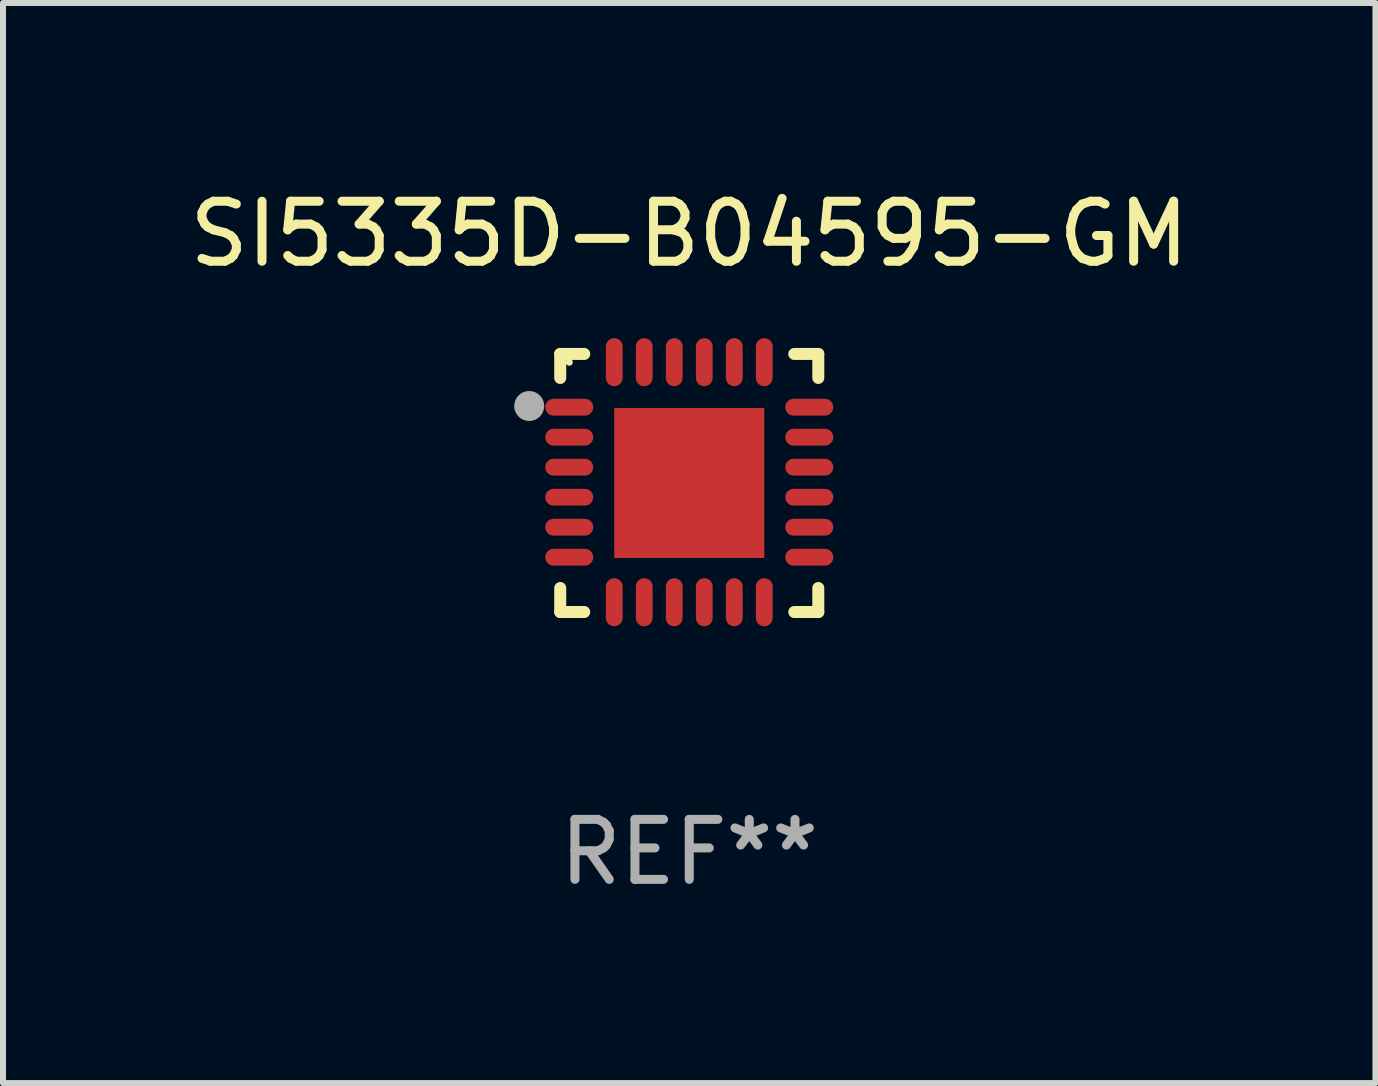
<source format=kicad_pcb>
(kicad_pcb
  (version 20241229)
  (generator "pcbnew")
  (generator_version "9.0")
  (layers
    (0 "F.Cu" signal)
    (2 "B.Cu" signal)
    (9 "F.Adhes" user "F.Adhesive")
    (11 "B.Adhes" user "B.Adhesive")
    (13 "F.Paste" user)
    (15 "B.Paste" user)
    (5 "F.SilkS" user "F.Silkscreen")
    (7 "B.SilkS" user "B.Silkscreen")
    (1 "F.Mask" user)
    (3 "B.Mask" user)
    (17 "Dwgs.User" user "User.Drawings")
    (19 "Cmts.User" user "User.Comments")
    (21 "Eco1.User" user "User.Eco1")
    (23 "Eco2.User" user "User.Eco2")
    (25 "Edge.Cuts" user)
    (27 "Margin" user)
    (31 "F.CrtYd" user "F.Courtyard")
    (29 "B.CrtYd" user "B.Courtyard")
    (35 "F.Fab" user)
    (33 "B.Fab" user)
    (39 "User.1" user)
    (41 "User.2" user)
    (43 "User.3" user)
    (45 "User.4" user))
  (footprint "SI5335D-B04595-GM"
    (layer "F.Cu")
    (at 8.435 4.998)
    (property "Reference" "SI5335D-B04595-GM" (at 0 -4.15 0) (layer "F.SilkS") (effects (font (size 1 1) (thickness 0.15))))
    (attr through_hole)
    (fp_line (start -2.15 -2.15) (end -1.75 -2.15) (stroke (width 0.2) (type solid)) (layer "F.SilkS"))
    (fp_line (start -2.15 -1.75) (end -2.15 -2.15) (stroke (width 0.2) (type solid)) (layer "F.SilkS"))
    (fp_line (start -2.15 2.15) (end -2.15 1.75) (stroke (width 0.2) (type solid)) (layer "F.SilkS"))
    (fp_line (start -1.75 2.15) (end -2.15 2.15) (stroke (width 0.2) (type solid)) (layer "F.SilkS"))
    (fp_line (start 1.75 -2.15) (end 2.15 -2.15) (stroke (width 0.2) (type solid)) (layer "F.SilkS"))
    (fp_line (start 1.75 2.15) (end 2.15 2.15) (stroke (width 0.2) (type solid)) (layer "F.SilkS"))
    (fp_line (start 2.15 -2.15) (end 2.15 -1.75) (stroke (width 0.2) (type solid)) (layer "F.SilkS"))
    (fp_line (start 2.15 2.15) (end 2.15 1.75) (stroke (width 0.2) (type solid)) (layer "F.SilkS"))
    (fp_circle (center -2 -2.013) (end -1.97 -2.013) (stroke (width 0.06) (type solid)) (fill no) (layer "F.SilkS"))
    (fp_circle (center -2.667 -1.283) (end -2.542 -1.283) (stroke (width 0.25) (type solid)) (fill no) (layer "F.Fab"))
    (fp_text user "REF**" (at 0 6.15 0) (layer "F.Fab") (effects (font (size 1 1) (thickness 0.15))))
    (pad "1" smd oval (at -2 -1.263) (size 0.8 0.28) (layers "F.Cu" "F.Mask" "F.Paste"))
    (pad "2" smd oval (at -2 -0.763) (size 0.8 0.28) (layers "F.Cu" "F.Mask" "F.Paste"))
    (pad "3" smd oval (at -2 -0.263) (size 0.8 0.28) (layers "F.Cu" "F.Mask" "F.Paste"))
    (pad "4" smd oval (at -2 0.237) (size 0.8 0.28) (layers "F.Cu" "F.Mask" "F.Paste"))
    (pad "5" smd oval (at -2 0.737) (size 0.8 0.28) (layers "F.Cu" "F.Mask" "F.Paste"))
    (pad "6" smd oval (at -2 1.237) (size 0.8 0.28) (layers "F.Cu" "F.Mask" "F.Paste"))
    (pad "7" smd oval (at -1.25 1.987) (size 0.28 0.8) (layers "F.Cu" "F.Mask" "F.Paste"))
    (pad "8" smd oval (at -0.75 1.987) (size 0.28 0.8) (layers "F.Cu" "F.Mask" "F.Paste"))
    (pad "9" smd oval (at -0.25 1.987) (size 0.28 0.8) (layers "F.Cu" "F.Mask" "F.Paste"))
    (pad "10" smd oval (at 0.25 1.987) (size 0.28 0.8) (layers "F.Cu" "F.Mask" "F.Paste"))
    (pad "11" smd oval (at 0.75 1.987) (size 0.28 0.8) (layers "F.Cu" "F.Mask" "F.Paste"))
    (pad "12" smd oval (at 1.25 1.987) (size 0.28 0.8) (layers "F.Cu" "F.Mask" "F.Paste"))
    (pad "13" smd oval (at 2 1.237) (size 0.8 0.28) (layers "F.Cu" "F.Mask" "F.Paste"))
    (pad "14" smd oval (at 2 0.737) (size 0.8 0.28) (layers "F.Cu" "F.Mask" "F.Paste"))
    (pad "15" smd oval (at 2 0.237) (size 0.8 0.28) (layers "F.Cu" "F.Mask" "F.Paste"))
    (pad "16" smd oval (at 2 -0.263) (size 0.8 0.28) (layers "F.Cu" "F.Mask" "F.Paste"))
    (pad "17" smd oval (at 2 -0.763) (size 0.8 0.28) (layers "F.Cu" "F.Mask" "F.Paste"))
    (pad "18" smd oval (at 2 -1.263) (size 0.8 0.28) (layers "F.Cu" "F.Mask" "F.Paste"))
    (pad "19" smd oval (at 1.25 -2.013) (size 0.28 0.8) (layers "F.Cu" "F.Mask" "F.Paste"))
    (pad "20" smd oval (at 0.75 -2.013) (size 0.28 0.8) (layers "F.Cu" "F.Mask" "F.Paste"))
    (pad "21" smd oval (at 0.25 -2.013) (size 0.28 0.8) (layers "F.Cu" "F.Mask" "F.Paste"))
    (pad "22" smd oval (at -0.25 -2.013) (size 0.28 0.8) (layers "F.Cu" "F.Mask" "F.Paste"))
    (pad "23" smd oval (at -0.75 -2.013) (size 0.28 0.8) (layers "F.Cu" "F.Mask" "F.Paste"))
    (pad "24" smd oval (at -1.25 -2.013) (size 0.28 0.8) (layers "F.Cu" "F.Mask" "F.Paste"))
    (pad "25" smd rect (at -0.000127 -0.00014) (size 2.5 2.5) (layers "F.Cu" "F.Mask" "F.Paste")))
  (gr_rect
    (start -3 -3)
    (end 19.869 14.997)
    (stroke (width 0.1) (type default))
    (fill no)
    (layer "Edge.Cuts")))
</source>
